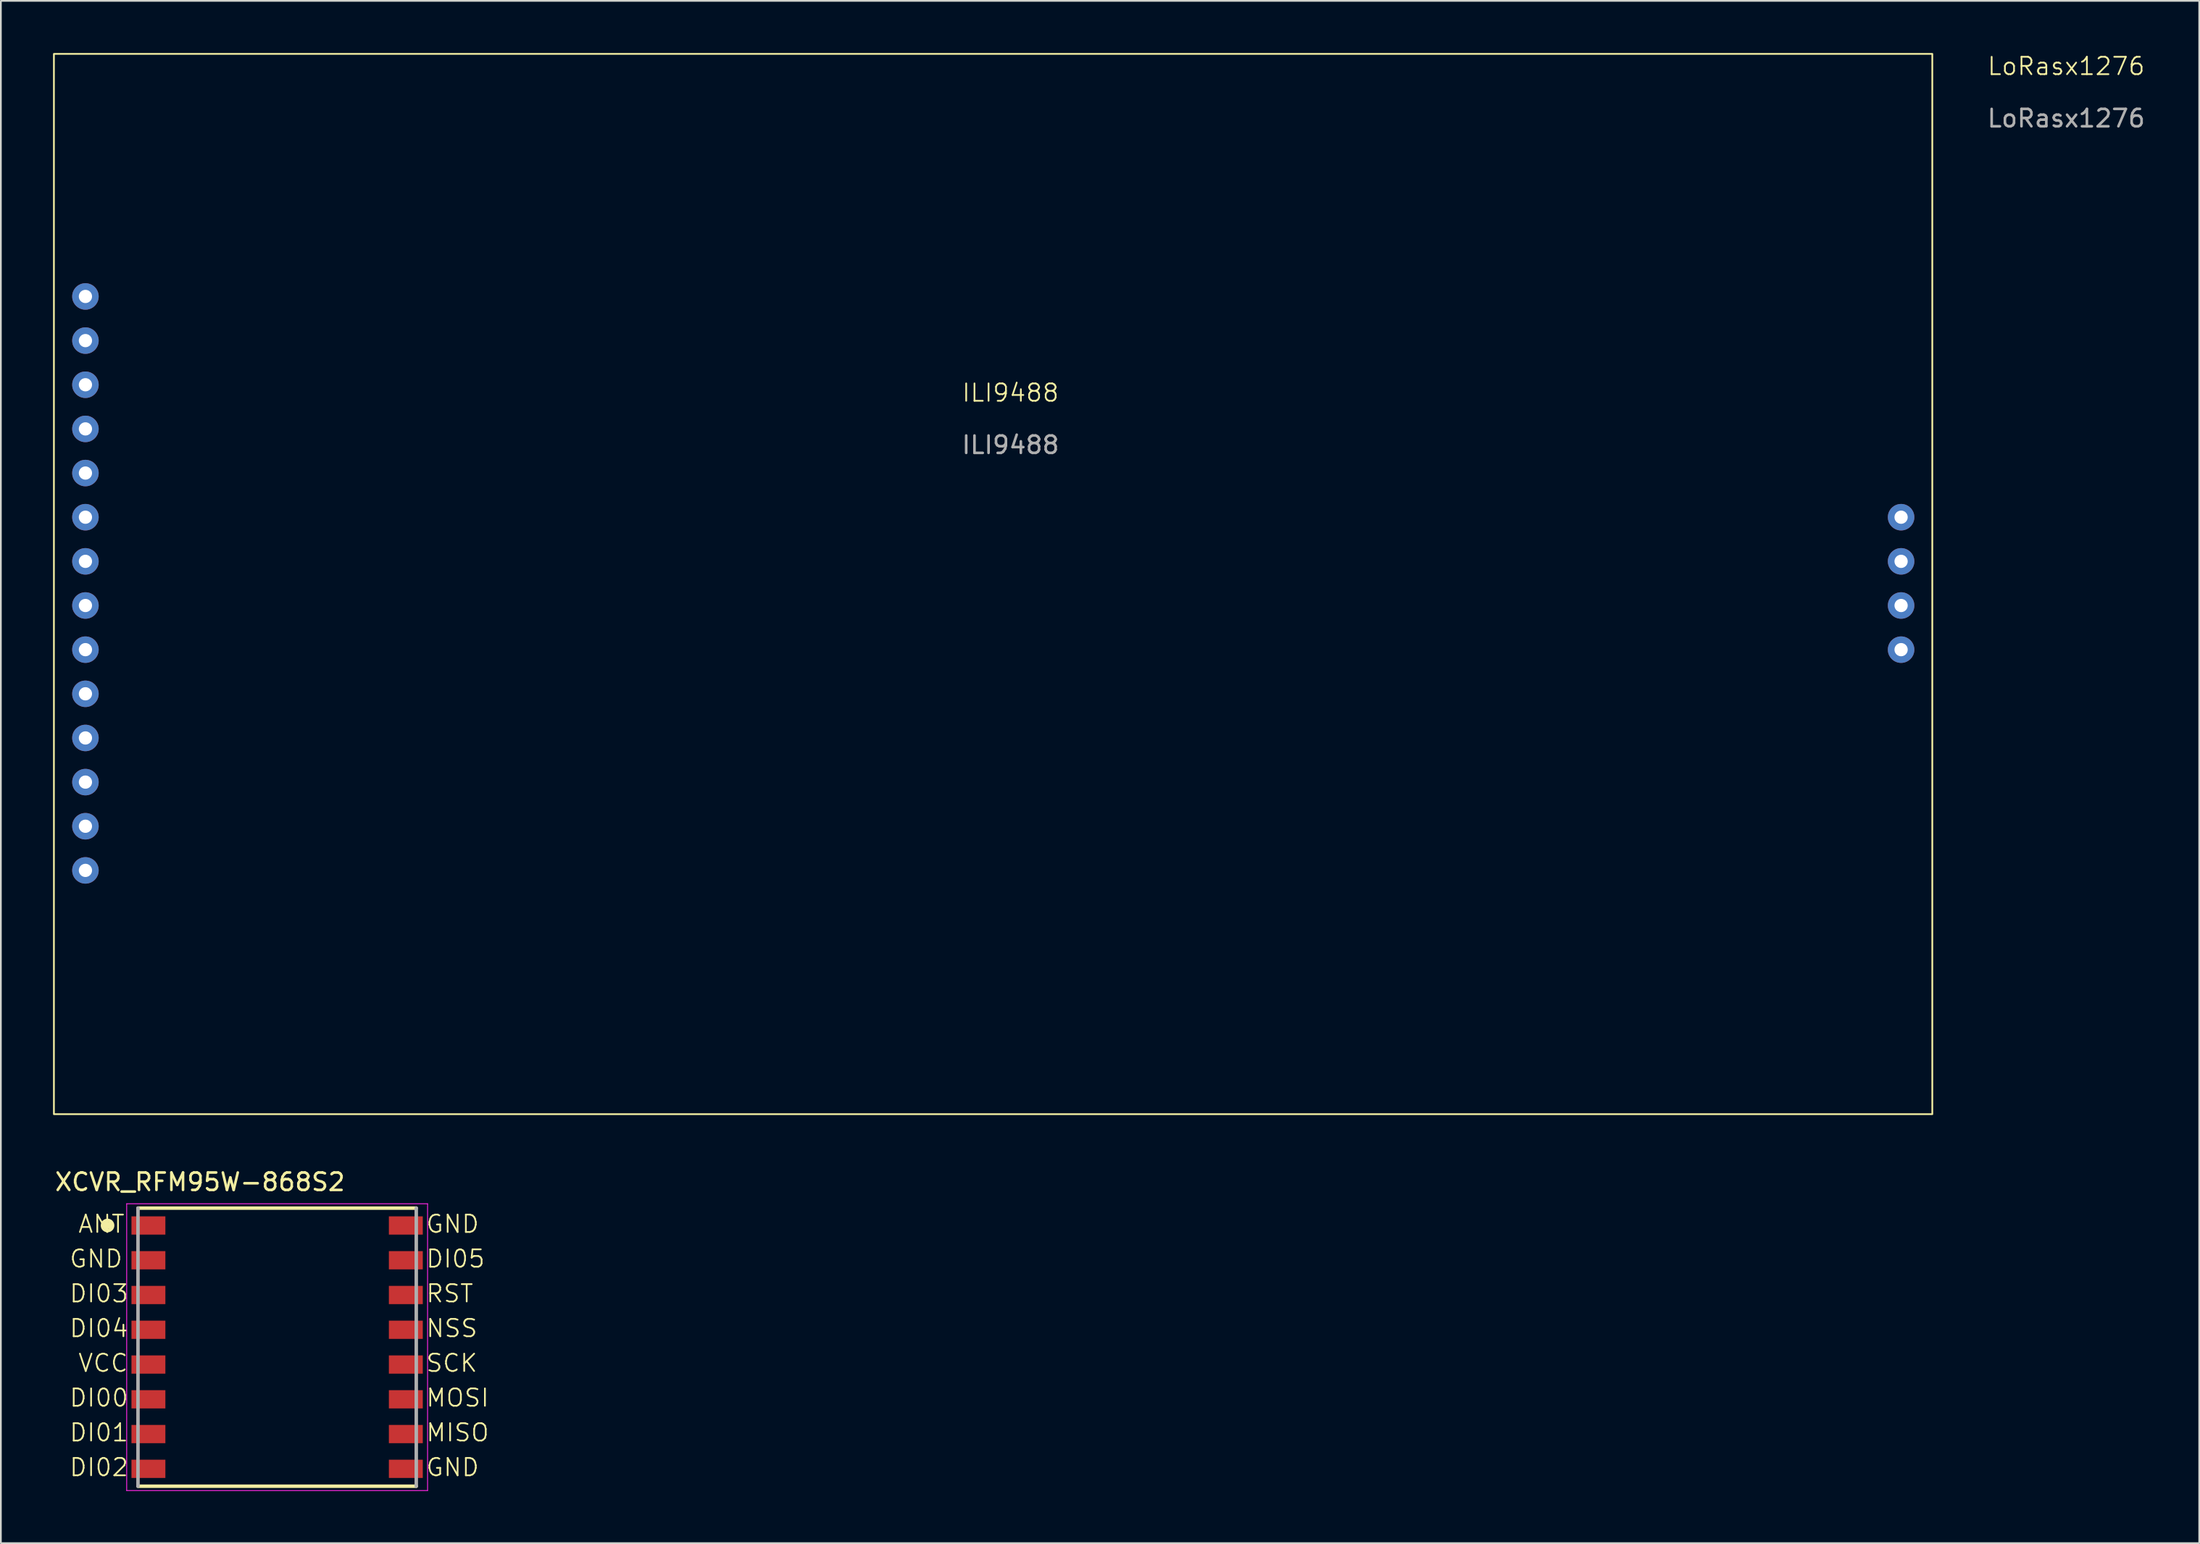
<source format=kicad_pcb>
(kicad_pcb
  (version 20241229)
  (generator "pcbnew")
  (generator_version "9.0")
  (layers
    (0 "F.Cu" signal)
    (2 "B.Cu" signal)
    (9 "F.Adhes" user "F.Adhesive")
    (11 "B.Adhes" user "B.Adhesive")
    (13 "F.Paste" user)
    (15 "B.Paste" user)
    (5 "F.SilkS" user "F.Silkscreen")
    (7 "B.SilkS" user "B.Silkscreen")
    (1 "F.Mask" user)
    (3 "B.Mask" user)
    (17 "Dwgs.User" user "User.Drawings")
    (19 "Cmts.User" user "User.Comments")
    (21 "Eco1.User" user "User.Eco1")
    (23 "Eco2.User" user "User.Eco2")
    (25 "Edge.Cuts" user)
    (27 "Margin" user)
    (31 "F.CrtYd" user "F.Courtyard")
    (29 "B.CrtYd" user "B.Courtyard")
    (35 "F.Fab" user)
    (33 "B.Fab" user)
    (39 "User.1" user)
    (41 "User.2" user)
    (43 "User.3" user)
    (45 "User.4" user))
  (footprint "XCVR_RFM95W-868S2"
    (layer "F.Cu")
    (at 12.884 74.453)
    (property "Reference" "XCVR_RFM95W-868S2" (at -4.433 -9.503 0) (layer "F.SilkS") (effects (font (size 1.002 1.002) (thickness 0.15))))
    (attr smd)
    (fp_line (start -8 -8) (end 8 -8) (stroke (width 0.2) (type solid)) (layer "F.SilkS"))
    (fp_line (start 8 8) (end -8 8) (stroke (width 0.2) (type solid)) (layer "F.SilkS"))
    (fp_circle (center -9.75 -7) (end -9.458 -7) (stroke (width 0.2) (type solid)) (fill no) (layer "F.SilkS"))
    (fp_poly (pts (xy -10.011 -7.2) (xy -9.5 -7.2) (xy -9.5 -6.808) (xy -10.011 -6.808)) (stroke (width 0.01) (type solid)) (fill yes) (layer "F.SilkS"))
    (fp_line (start -8.65 -8.25) (end 8.65 -8.25) (stroke (width 0.05) (type solid)) (layer "F.CrtYd"))
    (fp_line (start -8.65 8.25) (end -8.65 -8.25) (stroke (width 0.05) (type solid)) (layer "F.CrtYd"))
    (fp_line (start 8.65 -8.25) (end 8.65 8.25) (stroke (width 0.05) (type solid)) (layer "F.CrtYd"))
    (fp_line (start 8.65 8.25) (end -8.65 8.25) (stroke (width 0.05) (type solid)) (layer "F.CrtYd"))
    (fp_line (start -8 8) (end -8 -8) (stroke (width 0.2) (type solid)) (layer "F.Fab"))
    (fp_line (start 8 -8) (end 8 8) (stroke (width 0.2) (type solid)) (layer "F.Fab"))
    (fp_text user "ANT" (at -11.5 -6.5 0) (unlocked yes) (layer "F.SilkS") (effects (font (size 1 1) (thickness 0.1)) (justify left bottom)))
    (fp_text user "RST" (at 8.5 -2.5 0) (unlocked yes) (layer "F.SilkS") (effects (font (size 1 1) (thickness 0.1)) (justify left bottom)))
    (fp_text user "DI04" (at -12 -0.5 0) (unlocked yes) (layer "F.SilkS") (effects (font (size 1 1) (thickness 0.1)) (justify left bottom)))
    (fp_text user "GND" (at 8.5 7.5 0) (unlocked yes) (layer "F.SilkS") (effects (font (size 1 1) (thickness 0.1)) (justify left bottom)))
    (fp_text user "MOSI" (at 8.5 3.5 0) (unlocked yes) (layer "F.SilkS") (effects (font (size 1 1) (thickness 0.1)) (justify left bottom)))
    (fp_text user "VCC" (at -11.5 1.5 0) (unlocked yes) (layer "F.SilkS") (effects (font (size 1 1) (thickness 0.1)) (justify left bottom)))
    (fp_text user "SCK" (at 8.5 1.5 0) (unlocked yes) (layer "F.SilkS") (effects (font (size 1 1) (thickness 0.1)) (justify left bottom)))
    (fp_text user "GND" (at 8.5 -6.5 0) (unlocked yes) (layer "F.SilkS") (effects (font (size 1 1) (thickness 0.1)) (justify left bottom)))
    (fp_text user "GND" (at -12 -4.5 0) (unlocked yes) (layer "F.SilkS") (effects (font (size 1 1) (thickness 0.1)) (justify left bottom)))
    (fp_text user "DI00" (at -12 3.5 0) (unlocked yes) (layer "F.SilkS") (effects (font (size 1 1) (thickness 0.1)) (justify left bottom)))
    (fp_text user "DI05" (at 8.5 -4.5 0) (unlocked yes) (layer "F.SilkS") (effects (font (size 1 1) (thickness 0.1)) (justify left bottom)))
    (fp_text user "NSS" (at 8.5 -0.5 0) (unlocked yes) (layer "F.SilkS") (effects (font (size 1 1) (thickness 0.1)) (justify left bottom)))
    (fp_text user "DI03" (at -12 -2.5 0) (unlocked yes) (layer "F.SilkS") (effects (font (size 1 1) (thickness 0.1)) (justify left bottom)))
    (fp_text user "DI02" (at -12 7.5 0) (unlocked yes) (layer "F.SilkS") (effects (font (size 1 1) (thickness 0.1)) (justify left bottom)))
    (fp_text user "DI01" (at -12 5.5 0) (unlocked yes) (layer "F.SilkS") (effects (font (size 1 1) (thickness 0.1)) (justify left bottom)))
    (fp_text user "MISO" (at 8.5 5.5 0) (unlocked yes) (layer "F.SilkS") (effects (font (size 1 1) (thickness 0.1)) (justify left bottom)))
    (pad "1" smd rect (at -7.4 -7) (size 1.95 1.05) (layers "F.Cu" "F.Mask" "F.Paste"))
    (pad "2" smd rect (at -7.4 -5) (size 1.95 1.05) (layers "F.Cu" "F.Mask" "F.Paste"))
    (pad "3" smd rect (at -7.4 -3) (size 1.95 1.05) (layers "F.Cu" "F.Mask" "F.Paste"))
    (pad "4" smd rect (at -7.4 -1) (size 1.95 1.05) (layers "F.Cu" "F.Mask" "F.Paste"))
    (pad "5" smd rect (at -7.4 1) (size 1.95 1.05) (layers "F.Cu" "F.Mask" "F.Paste"))
    (pad "6" smd rect (at -7.4 3) (size 1.95 1.05) (layers "F.Cu" "F.Mask" "F.Paste"))
    (pad "7" smd rect (at -7.4 5) (size 1.95 1.05) (layers "F.Cu" "F.Mask" "F.Paste"))
    (pad "8" smd rect (at -7.4 7) (size 1.95 1.05) (layers "F.Cu" "F.Mask" "F.Paste"))
    (pad "9" smd rect (at 7.4 7) (size 1.95 1.05) (layers "F.Cu" "F.Mask" "F.Paste"))
    (pad "10" smd rect (at 7.4 5) (size 1.95 1.05) (layers "F.Cu" "F.Mask" "F.Paste"))
    (pad "11" smd rect (at 7.4 3) (size 1.95 1.05) (layers "F.Cu" "F.Mask" "F.Paste"))
    (pad "12" smd rect (at 7.4 1) (size 1.95 1.05) (layers "F.Cu" "F.Mask" "F.Paste"))
    (pad "13" smd rect (at 7.4 -1) (size 1.95 1.05) (layers "F.Cu" "F.Mask" "F.Paste"))
    (pad "14" smd rect (at 7.4 -3) (size 1.95 1.05) (layers "F.Cu" "F.Mask" "F.Paste"))
    (pad "15" smd rect (at 7.4 -5) (size 1.95 1.05) (layers "F.Cu" "F.Mask" "F.Paste"))
    (pad "16" smd rect (at 7.4 -7) (size 1.95 1.05) (layers "F.Cu" "F.Mask" "F.Paste")))
  (footprint "ILI9488"
    (layer "F.Cu")
    (at 55.05 20.05)
    (property "Reference" "ILI9488" (at 0 -0.5 0) (unlocked yes) (layer "F.SilkS") (effects (font (size 1 1) (thickness 0.1))))
    (attr through_hole)
    (fp_rect (start -55 -20) (end 53 41) (stroke (width 0.1) (type default)) (fill no) (layer "F.SilkS"))
    (fp_text user "${REFERENCE}" (at 0 2.5 0) (unlocked yes) (layer "F.Fab") (effects (font (size 1 1) (thickness 0.15))))
    (pad "1" thru_hole circle (at -53.188 -6.045) (size 1.524 1.524) (drill 0.762) (layers "*.Cu" "*.Mask"))
    (pad "2" thru_hole circle (at -53.188 -3.505) (size 1.524 1.524) (drill 0.762) (layers "*.Cu" "*.Mask"))
    (pad "3" thru_hole circle (at -53.188 -0.965) (size 1.524 1.524) (drill 0.762) (layers "*.Cu" "*.Mask"))
    (pad "4" thru_hole circle (at -53.188 1.575) (size 1.524 1.524) (drill 0.762) (layers "*.Cu" "*.Mask"))
    (pad "5" thru_hole circle (at -53.188 4.115) (size 1.524 1.524) (drill 0.762) (layers "*.Cu" "*.Mask"))
    (pad "6" thru_hole circle (at -53.188 6.655) (size 1.524 1.524) (drill 0.762) (layers "*.Cu" "*.Mask"))
    (pad "7" thru_hole circle (at -53.188 9.195) (size 1.524 1.524) (drill 0.762) (layers "*.Cu" "*.Mask"))
    (pad "8" thru_hole circle (at -53.188 11.735) (size 1.524 1.524) (drill 0.762) (layers "*.Cu" "*.Mask"))
    (pad "9" thru_hole circle (at -53.188 14.275) (size 1.524 1.524) (drill 0.762) (layers "*.Cu" "*.Mask"))
    (pad "10" thru_hole circle (at -53.188 16.815) (size 1.524 1.524) (drill 0.762) (layers "*.Cu" "*.Mask"))
    (pad "11" thru_hole circle (at -53.188 19.355) (size 1.524 1.524) (drill 0.762) (layers "*.Cu" "*.Mask"))
    (pad "12" thru_hole circle (at -53.188 21.895) (size 1.524 1.524) (drill 0.762) (layers "*.Cu" "*.Mask"))
    (pad "13" thru_hole circle (at -53.188 24.434) (size 1.524 1.524) (drill 0.762) (layers "*.Cu" "*.Mask"))
    (pad "14" thru_hole circle (at -53.188 26.975) (size 1.524 1.524) (drill 0.762) (layers "*.Cu" "*.Mask"))
    (pad "15" thru_hole circle (at 51.206 6.655) (size 1.524 1.524) (drill 0.762) (layers "*.Cu" "*.Mask"))
    (pad "16" thru_hole circle (at 51.206 9.195) (size 1.524 1.524) (drill 0.762) (layers "*.Cu" "*.Mask"))
    (pad "17" thru_hole circle (at 51.206 11.735) (size 1.524 1.524) (drill 0.762) (layers "*.Cu" "*.Mask"))
    (pad "18" thru_hole circle (at 51.206 14.275) (size 1.524 1.524) (drill 0.762) (layers "*.Cu" "*.Mask")))
  (footprint "LoRasx1276"
    (layer "F.Cu")
    (at 115.749 1.26)
    (property "Reference" "LoRasx1276" (at 0 -0.5 0) (unlocked yes) (layer "F.SilkS") (effects (font (size 1 1) (thickness 0.1))))
    (attr through_hole)
    (fp_text user "${REFERENCE}" (at 0 2.5 0) (unlocked yes) (layer "F.Fab") (effects (font (size 1 1) (thickness 0.15)))))
  (gr_rect
    (start -3 -3)
    (end 123.398 85.728)
    (stroke (width 0.1) (type default))
    (fill no)
    (layer "Edge.Cuts")))
</source>
